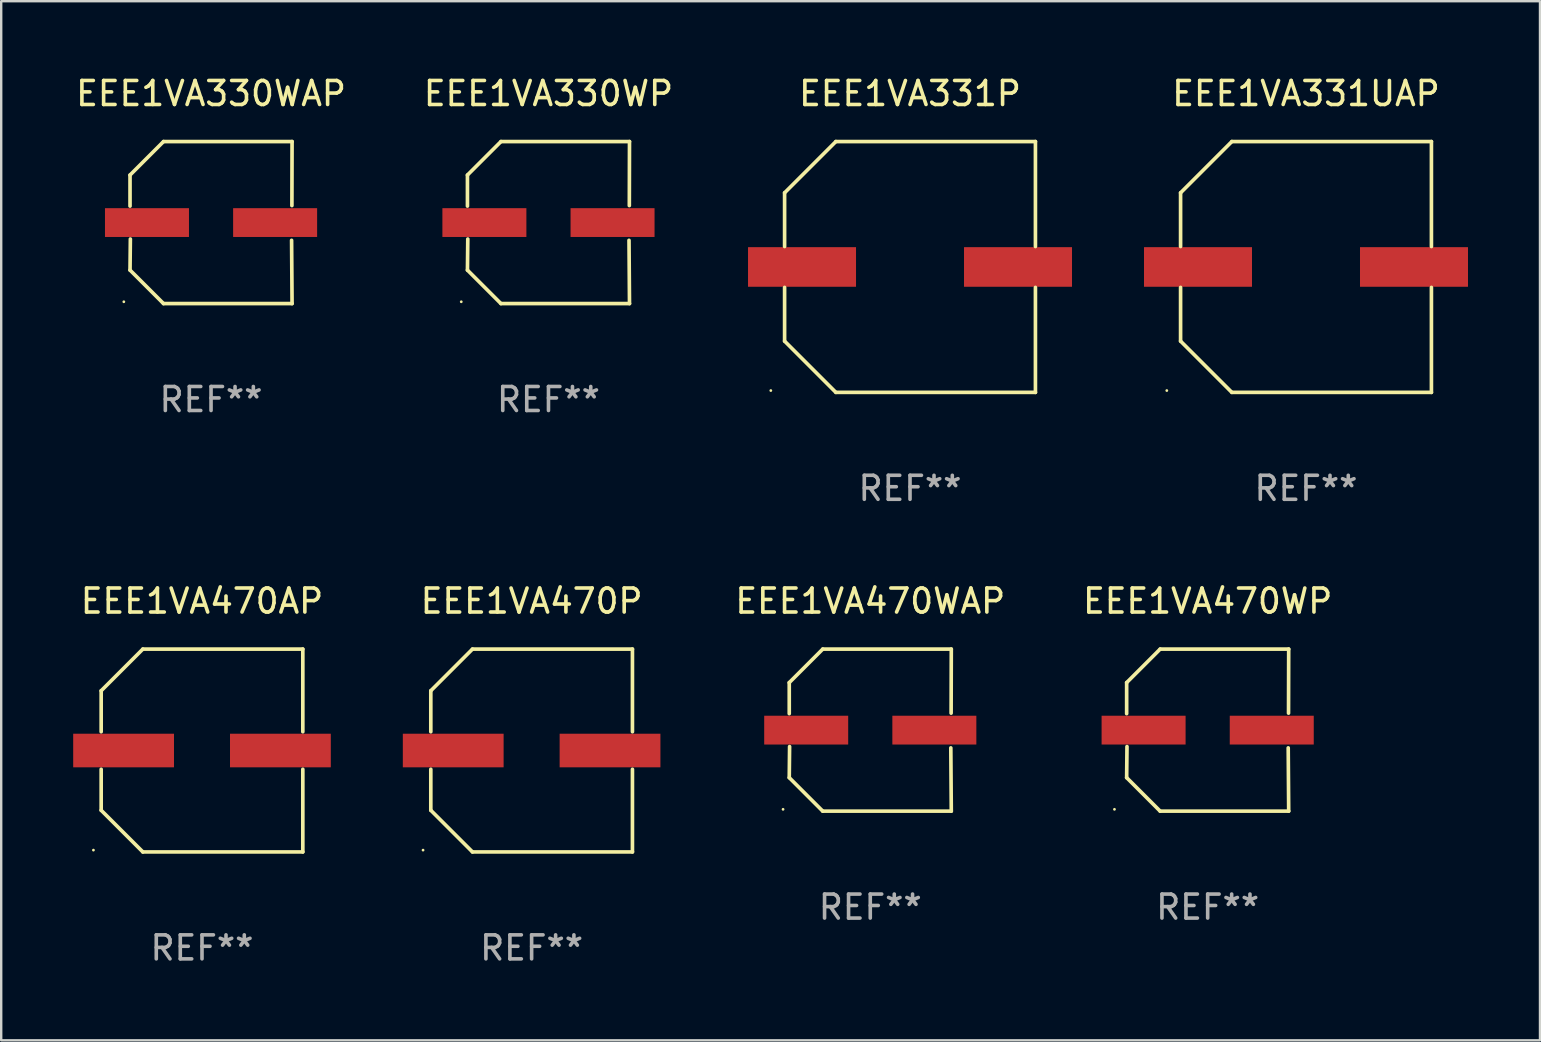
<source format=kicad_pcb>
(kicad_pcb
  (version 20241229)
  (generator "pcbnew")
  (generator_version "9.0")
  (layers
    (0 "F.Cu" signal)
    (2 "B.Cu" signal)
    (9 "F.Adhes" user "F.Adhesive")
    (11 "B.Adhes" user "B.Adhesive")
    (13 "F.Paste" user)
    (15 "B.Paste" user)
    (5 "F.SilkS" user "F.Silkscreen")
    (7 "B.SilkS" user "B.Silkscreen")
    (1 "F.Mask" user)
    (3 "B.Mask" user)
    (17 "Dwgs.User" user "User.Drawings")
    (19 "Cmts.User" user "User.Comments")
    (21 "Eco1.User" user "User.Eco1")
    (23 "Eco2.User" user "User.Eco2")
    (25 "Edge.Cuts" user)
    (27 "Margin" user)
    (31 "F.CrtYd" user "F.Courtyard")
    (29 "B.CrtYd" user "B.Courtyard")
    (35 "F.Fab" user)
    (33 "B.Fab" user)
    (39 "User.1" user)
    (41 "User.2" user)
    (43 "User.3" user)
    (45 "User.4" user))
  (footprint "EEE1VA470AP"
    (layer "F.Cu")
    (at 5.367 28.223)
    (property "Reference" "EEE1VA470AP" (at 0 -6.226 0) (layer "F.SilkS") (effects (font (size 1 1) (thickness 0.15))))
    (attr through_hole)
    (fp_line (start -4.201 -2.49) (end -4.201 -0.782) (stroke (width 0.152) (type solid)) (layer "F.SilkS"))
    (fp_line (start -4.201 2.49) (end -4.201 0.782) (stroke (width 0.152) (type solid)) (layer "F.SilkS"))
    (fp_line (start -2.465 -4.226) (end -4.201 -2.49) (stroke (width 0.152) (type solid)) (layer "F.SilkS"))
    (fp_line (start -2.465 4.226) (end -4.201 2.49) (stroke (width 0.152) (type solid)) (layer "F.SilkS"))
    (fp_line (start 4.201 -4.226) (end -2.465 -4.226) (stroke (width 0.152) (type solid)) (layer "F.SilkS"))
    (fp_line (start 4.201 -0.782) (end 4.201 -4.226) (stroke (width 0.152) (type solid)) (layer "F.SilkS"))
    (fp_line (start 4.201 0.782) (end 4.201 4.226) (stroke (width 0.152) (type solid)) (layer "F.SilkS"))
    (fp_line (start 4.201 4.226) (end -2.465 4.226) (stroke (width 0.152) (type solid)) (layer "F.SilkS"))
    (fp_circle (center -4.524 4.15) (end -4.494 4.15) (stroke (width 0.06) (type solid)) (fill no) (layer "F.SilkS"))
    (fp_text user "REF**" (at 0 8.226 0) (layer "F.Fab") (effects (font (size 1 1) (thickness 0.15))))
    (pad "1" smd rect (at -3.267 0) (size 4.2 1.4) (layers "F.Cu" "F.Mask" "F.Paste"))
    (pad "2" smd rect (at 3.267 0) (size 4.2 1.4) (layers "F.Cu" "F.Mask" "F.Paste")))
  (footprint "EEE1VA470WAP"
    (layer "F.Cu")
    (at 33.213 27.373)
    (property "Reference" "EEE1VA470WAP" (at 0 -5.376 0) (layer "F.SilkS") (effects (font (size 1 1) (thickness 0.15))))
    (attr through_hole)
    (fp_line (start -3.376 -1.98) (end -3.376 -0.686) (stroke (width 0.152) (type solid)) (layer "F.SilkS"))
    (fp_line (start -3.376 1.981) (end -3.362 0.686) (stroke (width 0.152) (type solid)) (layer "F.SilkS"))
    (fp_line (start -1.981 3.376) (end -3.376 1.981) (stroke (width 0.152) (type solid)) (layer "F.SilkS"))
    (fp_line (start -1.98 -3.376) (end -3.376 -1.98) (stroke (width 0.152) (type solid)) (layer "F.SilkS"))
    (fp_line (start 3.356 0.74) (end 3.376 3.376) (stroke (width 0.152) (type solid)) (layer "F.SilkS"))
    (fp_line (start 3.369 -0.707) (end 3.376 -3.376) (stroke (width 0.152) (type solid)) (layer "F.SilkS"))
    (fp_line (start 3.376 3.376) (end -1.981 3.376) (stroke (width 0.152) (type solid)) (layer "F.SilkS"))
    (fp_line (start 3.376 -3.376) (end -1.98 -3.376) (stroke (width 0.152) (type solid)) (layer "F.SilkS"))
    (fp_circle (center -3.634 3.3) (end -3.604 3.3) (stroke (width 0.06) (type solid)) (fill no) (layer "F.SilkS"))
    (fp_text user "REF**" (at 0 7.376 0) (layer "F.Fab") (effects (font (size 1 1) (thickness 0.15))))
    (pad "1" smd rect (at -2.67 0.000254) (size 3.5 1.2) (layers "F.Cu" "F.Mask" "F.Paste"))
    (pad "2" smd rect (at 2.67 0.000254) (size 3.5 1.2) (layers "F.Cu" "F.Mask" "F.Paste")))
  (footprint "EEE1VA330WP"
    (layer "F.Cu")
    (at 19.804 6.224)
    (property "Reference" "EEE1VA330WP" (at 0 -5.376 0) (layer "F.SilkS") (effects (font (size 1 1) (thickness 0.15))))
    (attr through_hole)
    (fp_line (start -3.376 -1.98) (end -3.376 -0.686) (stroke (width 0.152) (type solid)) (layer "F.SilkS"))
    (fp_line (start -3.376 1.981) (end -3.362 0.686) (stroke (width 0.152) (type solid)) (layer "F.SilkS"))
    (fp_line (start -1.981 3.376) (end -3.376 1.981) (stroke (width 0.152) (type solid)) (layer "F.SilkS"))
    (fp_line (start -1.98 -3.376) (end -3.376 -1.98) (stroke (width 0.152) (type solid)) (layer "F.SilkS"))
    (fp_line (start 3.356 0.74) (end 3.376 3.376) (stroke (width 0.152) (type solid)) (layer "F.SilkS"))
    (fp_line (start 3.369 -0.707) (end 3.376 -3.376) (stroke (width 0.152) (type solid)) (layer "F.SilkS"))
    (fp_line (start 3.376 3.376) (end -1.981 3.376) (stroke (width 0.152) (type solid)) (layer "F.SilkS"))
    (fp_line (start 3.376 -3.376) (end -1.98 -3.376) (stroke (width 0.152) (type solid)) (layer "F.SilkS"))
    (fp_circle (center -3.634 3.3) (end -3.604 3.3) (stroke (width 0.06) (type solid)) (fill no) (layer "F.SilkS"))
    (fp_text user "REF**" (at 0 7.376 0) (layer "F.Fab") (effects (font (size 1 1) (thickness 0.15))))
    (pad "1" smd rect (at -2.67 0.000254) (size 3.5 1.2) (layers "F.Cu" "F.Mask" "F.Paste"))
    (pad "2" smd rect (at 2.67 0.000254) (size 3.5 1.2) (layers "F.Cu" "F.Mask" "F.Paste")))
  (footprint "EEE1VA331P"
    (layer "F.Cu")
    (at 34.869 8.074)
    (property "Reference" "EEE1VA331P" (at 0 -7.226 0) (layer "F.SilkS") (effects (font (size 1 1) (thickness 0.15))))
    (attr through_hole)
    (fp_line (start -5.226 -3.09) (end -5.226 -0.852) (stroke (width 0.152) (type solid)) (layer "F.SilkS"))
    (fp_line (start -5.226 3.09) (end -5.226 0.852) (stroke (width 0.152) (type solid)) (layer "F.SilkS"))
    (fp_line (start -3.09 -5.226) (end -5.226 -3.09) (stroke (width 0.152) (type solid)) (layer "F.SilkS"))
    (fp_line (start -3.09 5.226) (end -5.226 3.09) (stroke (width 0.152) (type solid)) (layer "F.SilkS"))
    (fp_line (start 5.226 -5.226) (end -3.09 -5.226) (stroke (width 0.152) (type solid)) (layer "F.SilkS"))
    (fp_line (start 5.226 -0.852) (end 5.226 -5.226) (stroke (width 0.152) (type solid)) (layer "F.SilkS"))
    (fp_line (start 5.226 0.852) (end 5.226 5.226) (stroke (width 0.152) (type solid)) (layer "F.SilkS"))
    (fp_line (start 5.226 5.226) (end -3.09 5.226) (stroke (width 0.152) (type solid)) (layer "F.SilkS"))
    (fp_circle (center -5.8 5.15) (end -5.77 5.15) (stroke (width 0.06) (type solid)) (fill no) (layer "F.SilkS"))
    (fp_text user "REF**" (at 0 9.226 0) (layer "F.Fab") (effects (font (size 1 1) (thickness 0.15))))
    (pad "1" smd rect (at -4.5 0) (size 4.5 1.65) (layers "F.Cu" "F.Mask" "F.Paste"))
    (pad "2" smd rect (at 4.5 0) (size 4.5 1.65) (layers "F.Cu" "F.Mask" "F.Paste")))
  (footprint "EEE1VA330WAP"
    (layer "F.Cu")
    (at 5.744 6.224)
    (property "Reference" "EEE1VA330WAP" (at 0 -5.376 0) (layer "F.SilkS") (effects (font (size 1 1) (thickness 0.15))))
    (attr through_hole)
    (fp_line (start -3.376 -1.98) (end -3.376 -0.686) (stroke (width 0.152) (type solid)) (layer "F.SilkS"))
    (fp_line (start -3.376 1.981) (end -3.362 0.686) (stroke (width 0.152) (type solid)) (layer "F.SilkS"))
    (fp_line (start -1.981 3.376) (end -3.376 1.981) (stroke (width 0.152) (type solid)) (layer "F.SilkS"))
    (fp_line (start -1.98 -3.376) (end -3.376 -1.98) (stroke (width 0.152) (type solid)) (layer "F.SilkS"))
    (fp_line (start 3.356 0.74) (end 3.376 3.376) (stroke (width 0.152) (type solid)) (layer "F.SilkS"))
    (fp_line (start 3.369 -0.707) (end 3.376 -3.376) (stroke (width 0.152) (type solid)) (layer "F.SilkS"))
    (fp_line (start 3.376 3.376) (end -1.981 3.376) (stroke (width 0.152) (type solid)) (layer "F.SilkS"))
    (fp_line (start 3.376 -3.376) (end -1.98 -3.376) (stroke (width 0.152) (type solid)) (layer "F.SilkS"))
    (fp_circle (center -3.634 3.3) (end -3.604 3.3) (stroke (width 0.06) (type solid)) (fill no) (layer "F.SilkS"))
    (fp_text user "REF**" (at 0 7.376 0) (layer "F.Fab") (effects (font (size 1 1) (thickness 0.15))))
    (pad "1" smd rect (at -2.67 0.000254) (size 3.5 1.2) (layers "F.Cu" "F.Mask" "F.Paste"))
    (pad "2" smd rect (at 2.67 0.000254) (size 3.5 1.2) (layers "F.Cu" "F.Mask" "F.Paste")))
  (footprint "EEE1VA470WP"
    (layer "F.Cu")
    (at 47.272 27.373)
    (property "Reference" "EEE1VA470WP" (at 0 -5.376 0) (layer "F.SilkS") (effects (font (size 1 1) (thickness 0.15))))
    (attr through_hole)
    (fp_line (start -3.376 -1.98) (end -3.376 -0.686) (stroke (width 0.152) (type solid)) (layer "F.SilkS"))
    (fp_line (start -3.376 1.981) (end -3.362 0.686) (stroke (width 0.152) (type solid)) (layer "F.SilkS"))
    (fp_line (start -1.981 3.376) (end -3.376 1.981) (stroke (width 0.152) (type solid)) (layer "F.SilkS"))
    (fp_line (start -1.98 -3.376) (end -3.376 -1.98) (stroke (width 0.152) (type solid)) (layer "F.SilkS"))
    (fp_line (start 3.356 0.74) (end 3.376 3.376) (stroke (width 0.152) (type solid)) (layer "F.SilkS"))
    (fp_line (start 3.369 -0.707) (end 3.376 -3.376) (stroke (width 0.152) (type solid)) (layer "F.SilkS"))
    (fp_line (start 3.376 3.376) (end -1.981 3.376) (stroke (width 0.152) (type solid)) (layer "F.SilkS"))
    (fp_line (start 3.376 -3.376) (end -1.98 -3.376) (stroke (width 0.152) (type solid)) (layer "F.SilkS"))
    (fp_circle (center -3.884 3.3) (end -3.854 3.3) (stroke (width 0.06) (type solid)) (fill no) (layer "F.SilkS"))
    (fp_text user "REF**" (at 0 7.376 0) (layer "F.Fab") (effects (font (size 1 1) (thickness 0.15))))
    (pad "1" smd rect (at -2.67 0.000178) (size 3.5 1.2) (layers "F.Cu" "F.Mask" "F.Paste"))
    (pad "2" smd rect (at 2.67 0.000178) (size 3.5 1.2) (layers "F.Cu" "F.Mask" "F.Paste")))
  (footprint "EEE1VA331UAP"
    (layer "F.Cu")
    (at 51.369 8.074)
    (property "Reference" "EEE1VA331UAP" (at 0 -7.226 0) (layer "F.SilkS") (effects (font (size 1 1) (thickness 0.15))))
    (attr through_hole)
    (fp_line (start -5.226 -3.09) (end -5.226 -0.852) (stroke (width 0.152) (type solid)) (layer "F.SilkS"))
    (fp_line (start -5.226 3.09) (end -5.226 0.852) (stroke (width 0.152) (type solid)) (layer "F.SilkS"))
    (fp_line (start -3.09 -5.226) (end -5.226 -3.09) (stroke (width 0.152) (type solid)) (layer "F.SilkS"))
    (fp_line (start -3.09 5.226) (end -5.226 3.09) (stroke (width 0.152) (type solid)) (layer "F.SilkS"))
    (fp_line (start 5.226 -5.226) (end -3.09 -5.226) (stroke (width 0.152) (type solid)) (layer "F.SilkS"))
    (fp_line (start 5.226 -0.852) (end 5.226 -5.226) (stroke (width 0.152) (type solid)) (layer "F.SilkS"))
    (fp_line (start 5.226 0.852) (end 5.226 5.226) (stroke (width 0.152) (type solid)) (layer "F.SilkS"))
    (fp_line (start 5.226 5.226) (end -3.09 5.226) (stroke (width 0.152) (type solid)) (layer "F.SilkS"))
    (fp_circle (center -5.8 5.15) (end -5.77 5.15) (stroke (width 0.06) (type solid)) (fill no) (layer "F.SilkS"))
    (fp_text user "REF**" (at 0 9.226 0) (layer "F.Fab") (effects (font (size 1 1) (thickness 0.15))))
    (pad "1" smd rect (at -4.5 0) (size 4.5 1.65) (layers "F.Cu" "F.Mask" "F.Paste"))
    (pad "2" smd rect (at 4.5 0) (size 4.5 1.65) (layers "F.Cu" "F.Mask" "F.Paste")))
  (footprint "EEE1VA470P"
    (layer "F.Cu")
    (at 19.102 28.223)
    (property "Reference" "EEE1VA470P" (at 0 -6.226 0) (layer "F.SilkS") (effects (font (size 1 1) (thickness 0.15))))
    (attr through_hole)
    (fp_line (start -4.201 -2.49) (end -4.201 -0.782) (stroke (width 0.152) (type solid)) (layer "F.SilkS"))
    (fp_line (start -4.201 2.49) (end -4.201 0.782) (stroke (width 0.152) (type solid)) (layer "F.SilkS"))
    (fp_line (start -2.465 -4.226) (end -4.201 -2.49) (stroke (width 0.152) (type solid)) (layer "F.SilkS"))
    (fp_line (start -2.465 4.226) (end -4.201 2.49) (stroke (width 0.152) (type solid)) (layer "F.SilkS"))
    (fp_line (start 4.201 -4.226) (end -2.465 -4.226) (stroke (width 0.152) (type solid)) (layer "F.SilkS"))
    (fp_line (start 4.201 -0.782) (end 4.201 -4.226) (stroke (width 0.152) (type solid)) (layer "F.SilkS"))
    (fp_line (start 4.201 0.782) (end 4.201 4.226) (stroke (width 0.152) (type solid)) (layer "F.SilkS"))
    (fp_line (start 4.201 4.226) (end -2.465 4.226) (stroke (width 0.152) (type solid)) (layer "F.SilkS"))
    (fp_circle (center -4.524 4.15) (end -4.494 4.15) (stroke (width 0.06) (type solid)) (fill no) (layer "F.SilkS"))
    (fp_text user "REF**" (at 0 8.226 0) (layer "F.Fab") (effects (font (size 1 1) (thickness 0.15))))
    (pad "1" smd rect (at -3.267 0) (size 4.2 1.4) (layers "F.Cu" "F.Mask" "F.Paste"))
    (pad "2" smd rect (at 3.267 0) (size 4.2 1.4) (layers "F.Cu" "F.Mask" "F.Paste")))
  (gr_rect
    (start -3 -3)
    (end 61.119 40.298)
    (stroke (width 0.1) (type default))
    (fill no)
    (layer "Edge.Cuts")))
</source>
